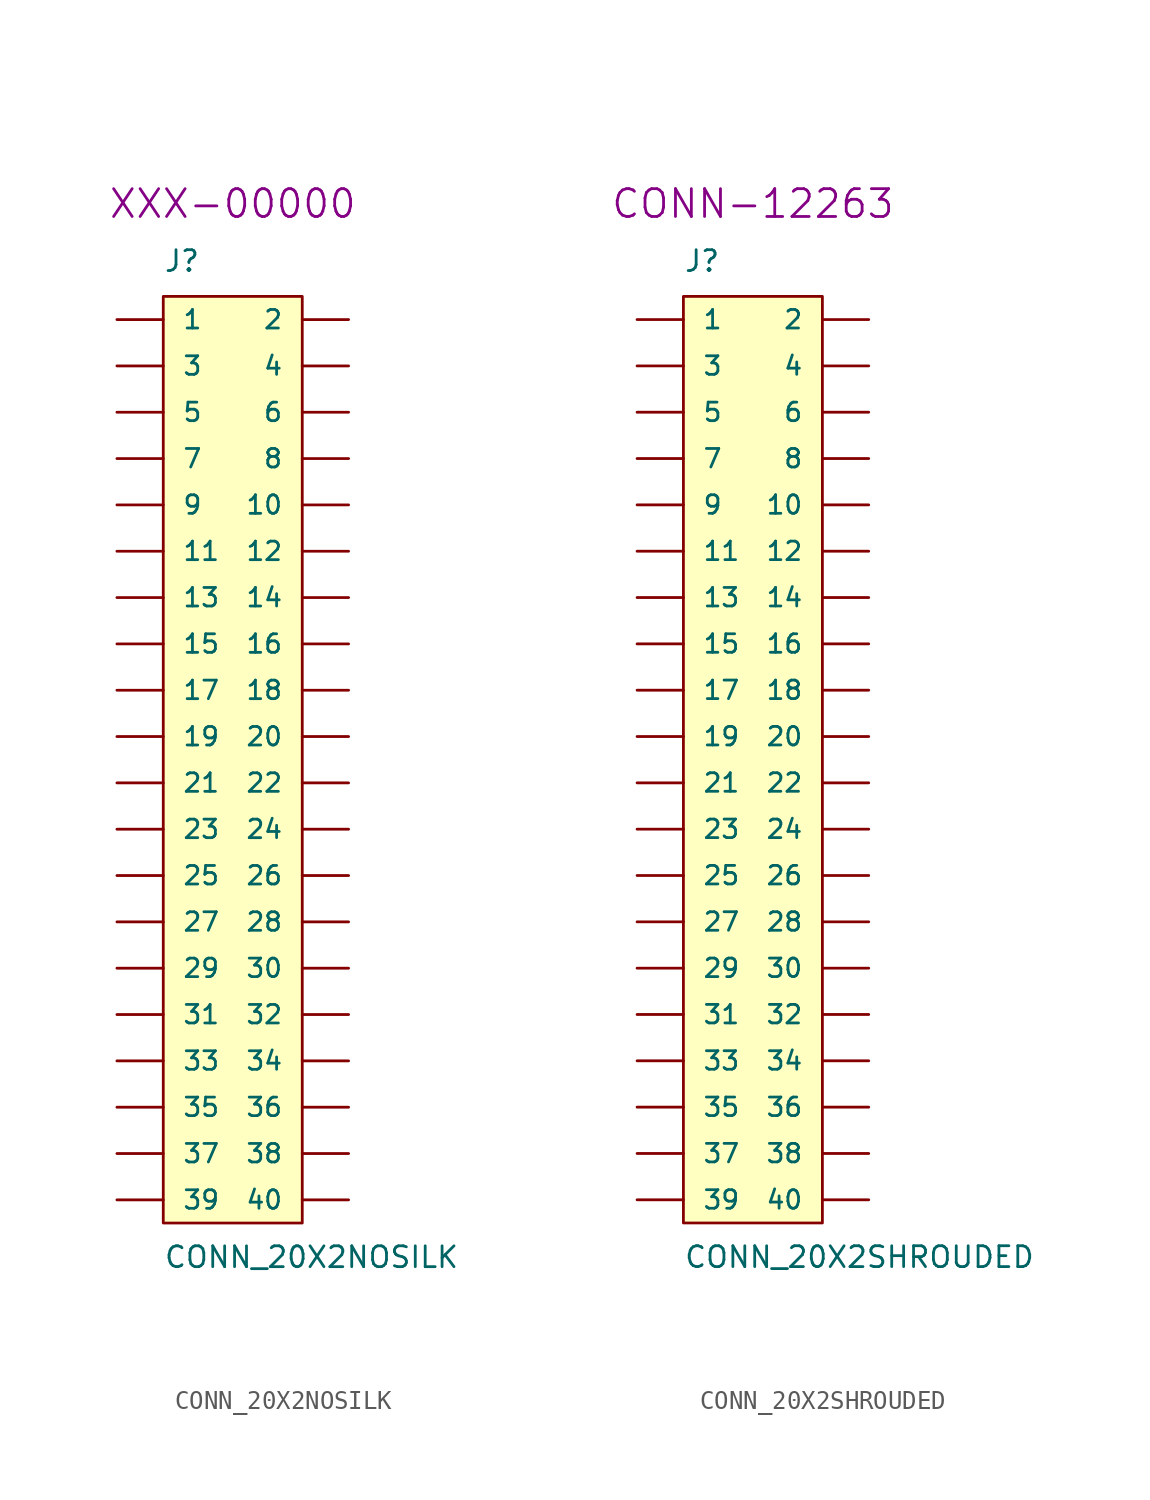
<source format=kicad_sym>
(kicad_symbol_lib
  (version 20220914)
  (generator kicad_symbol_editor)
  (symbol "CONN_20X2NOSILK"
    (pin_numbers hide)
    (pin_names
      (offset 1.016))
    (property "Reference" "J"
      (at -3.81 26.67 0)
      (effects (font (size 1.143 1.143)) (justify left bottom)))
    (property "Value" "CONN_20X2NOSILK"
      (at -3.81 -27.94 0)
      (effects (font (size 1.143 1.143)) (justify left bottom)))
    (property "Field4" "XXX-00000"
      (at 0 30.48 0)
      (effects (font (size 1.524 1.524))))
    (property "ki_locked" ""
      (at 0 0 0)
      (effects (font (size 1.27 1.27))))
    (symbol "CONN_20X2NOSILK_0_1"
      (rectangle (start 3.81 -25.4) (end -3.81 25.4) (stroke (width 0) (type solid)) (fill (type background))))
    (symbol "CONN_20X2NOSILK_1_1"
      (pin passive line (at -6.35 24.13 0) (length 2.54) (name "1" (effects (font (size 1.016 1.016)))) (number "1" (effects (font (size 1.016 1.016)))))
      (pin passive line (at 6.35 13.97 180) (length 2.54) (name "10" (effects (font (size 1.016 1.016)))) (number "10" (effects (font (size 1.016 1.016)))))
      (pin passive line (at -6.35 11.43 0) (length 2.54) (name "11" (effects (font (size 1.016 1.016)))) (number "11" (effects (font (size 1.016 1.016)))))
      (pin passive line (at 6.35 11.43 180) (length 2.54) (name "12" (effects (font (size 1.016 1.016)))) (number "12" (effects (font (size 1.016 1.016)))))
      (pin passive line (at -6.35 8.89 0) (length 2.54) (name "13" (effects (font (size 1.016 1.016)))) (number "13" (effects (font (size 1.016 1.016)))))
      (pin passive line (at 6.35 8.89 180) (length 2.54) (name "14" (effects (font (size 1.016 1.016)))) (number "14" (effects (font (size 1.016 1.016)))))
      (pin passive line (at -6.35 6.35 0) (length 2.54) (name "15" (effects (font (size 1.016 1.016)))) (number "15" (effects (font (size 1.016 1.016)))))
      (pin passive line (at 6.35 6.35 180) (length 2.54) (name "16" (effects (font (size 1.016 1.016)))) (number "16" (effects (font (size 1.016 1.016)))))
      (pin passive line (at -6.35 3.81 0) (length 2.54) (name "17" (effects (font (size 1.016 1.016)))) (number "17" (effects (font (size 1.016 1.016)))))
      (pin passive line (at 6.35 3.81 180) (length 2.54) (name "18" (effects (font (size 1.016 1.016)))) (number "18" (effects (font (size 1.016 1.016)))))
      (pin passive line (at -6.35 1.27 0) (length 2.54) (name "19" (effects (font (size 1.016 1.016)))) (number "19" (effects (font (size 1.016 1.016)))))
      (pin passive line (at 6.35 24.13 180) (length 2.54) (name "2" (effects (font (size 1.016 1.016)))) (number "2" (effects (font (size 1.016 1.016)))))
      (pin passive line (at 6.35 1.27 180) (length 2.54) (name "20" (effects (font (size 1.016 1.016)))) (number "20" (effects (font (size 1.016 1.016)))))
      (pin passive line (at -6.35 -1.27 0) (length 2.54) (name "21" (effects (font (size 1.016 1.016)))) (number "21" (effects (font (size 1.016 1.016)))))
      (pin passive line (at 6.35 -1.27 180) (length 2.54) (name "22" (effects (font (size 1.016 1.016)))) (number "22" (effects (font (size 1.016 1.016)))))
      (pin passive line (at -6.35 -3.81 0) (length 2.54) (name "23" (effects (font (size 1.016 1.016)))) (number "23" (effects (font (size 1.016 1.016)))))
      (pin passive line (at 6.35 -3.81 180) (length 2.54) (name "24" (effects (font (size 1.016 1.016)))) (number "24" (effects (font (size 1.016 1.016)))))
      (pin passive line (at -6.35 -6.35 0) (length 2.54) (name "25" (effects (font (size 1.016 1.016)))) (number "25" (effects (font (size 1.016 1.016)))))
      (pin passive line (at 6.35 -6.35 180) (length 2.54) (name "26" (effects (font (size 1.016 1.016)))) (number "26" (effects (font (size 1.016 1.016)))))
      (pin passive line (at -6.35 -8.89 0) (length 2.54) (name "27" (effects (font (size 1.016 1.016)))) (number "27" (effects (font (size 1.016 1.016)))))
      (pin passive line (at 6.35 -8.89 180) (length 2.54) (name "28" (effects (font (size 1.016 1.016)))) (number "28" (effects (font (size 1.016 1.016)))))
      (pin passive line (at -6.35 -11.43 0) (length 2.54) (name "29" (effects (font (size 1.016 1.016)))) (number "29" (effects (font (size 1.016 1.016)))))
      (pin passive line (at -6.35 21.59 0) (length 2.54) (name "3" (effects (font (size 1.016 1.016)))) (number "3" (effects (font (size 1.016 1.016)))))
      (pin passive line (at 6.35 -11.43 180) (length 2.54) (name "30" (effects (font (size 1.016 1.016)))) (number "30" (effects (font (size 1.016 1.016)))))
      (pin passive line (at -6.35 -13.97 0) (length 2.54) (name "31" (effects (font (size 1.016 1.016)))) (number "31" (effects (font (size 1.016 1.016)))))
      (pin passive line (at 6.35 -13.97 180) (length 2.54) (name "32" (effects (font (size 1.016 1.016)))) (number "32" (effects (font (size 1.016 1.016)))))
      (pin passive line (at -6.35 -16.51 0) (length 2.54) (name "33" (effects (font (size 1.016 1.016)))) (number "33" (effects (font (size 1.016 1.016)))))
      (pin passive line (at 6.35 -16.51 180) (length 2.54) (name "34" (effects (font (size 1.016 1.016)))) (number "34" (effects (font (size 1.016 1.016)))))
      (pin passive line (at -6.35 -19.05 0) (length 2.54) (name "35" (effects (font (size 1.016 1.016)))) (number "35" (effects (font (size 1.016 1.016)))))
      (pin passive line (at 6.35 -19.05 180) (length 2.54) (name "36" (effects (font (size 1.016 1.016)))) (number "36" (effects (font (size 1.016 1.016)))))
      (pin passive line (at -6.35 -21.59 0) (length 2.54) (name "37" (effects (font (size 1.016 1.016)))) (number "37" (effects (font (size 1.016 1.016)))))
      (pin passive line (at 6.35 -21.59 180) (length 2.54) (name "38" (effects (font (size 1.016 1.016)))) (number "38" (effects (font (size 1.016 1.016)))))
      (pin passive line (at -6.35 -24.13 0) (length 2.54) (name "39" (effects (font (size 1.016 1.016)))) (number "39" (effects (font (size 1.016 1.016)))))
      (pin passive line (at 6.35 21.59 180) (length 2.54) (name "4" (effects (font (size 1.016 1.016)))) (number "4" (effects (font (size 1.016 1.016)))))
      (pin passive line (at 6.35 -24.13 180) (length 2.54) (name "40" (effects (font (size 1.016 1.016)))) (number "40" (effects (font (size 1.016 1.016)))))
      (pin passive line (at -6.35 19.05 0) (length 2.54) (name "5" (effects (font (size 1.016 1.016)))) (number "5" (effects (font (size 1.016 1.016)))))
      (pin passive line (at 6.35 19.05 180) (length 2.54) (name "6" (effects (font (size 1.016 1.016)))) (number "6" (effects (font (size 1.016 1.016)))))
      (pin passive line (at -6.35 16.51 0) (length 2.54) (name "7" (effects (font (size 1.016 1.016)))) (number "7" (effects (font (size 1.016 1.016)))))
      (pin passive line (at 6.35 16.51 180) (length 2.54) (name "8" (effects (font (size 1.016 1.016)))) (number "8" (effects (font (size 1.016 1.016)))))
      (pin passive line (at -6.35 13.97 0) (length 2.54) (name "9" (effects (font (size 1.016 1.016)))) (number "9" (effects (font (size 1.016 1.016)))))))
  (symbol "CONN_20X2SHROUDED"
    (pin_numbers hide)
    (pin_names
      (offset 1.016))
    (property "Reference" "J"
      (at -3.81 26.67 0)
      (effects (font (size 1.143 1.143)) (justify left bottom)))
    (property "Value" "CONN_20X2SHROUDED"
      (at -3.81 -27.94 0)
      (effects (font (size 1.143 1.143)) (justify left bottom)))
    (property "Field4" "CONN-12263"
      (at 0 30.48 0)
      (effects (font (size 1.524 1.524))))
    (property "ki_locked" ""
      (at 0 0 0)
      (effects (font (size 1.27 1.27))))
    (symbol "CONN_20X2SHROUDED_0_1"
      (rectangle (start 3.81 -25.4) (end -3.81 25.4) (stroke (width 0) (type solid)) (fill (type background))))
    (symbol "CONN_20X2SHROUDED_1_1"
      (pin passive line (at -6.35 24.13 0) (length 2.54) (name "1" (effects (font (size 1.016 1.016)))) (number "1" (effects (font (size 1.016 1.016)))))
      (pin passive line (at 6.35 13.97 180) (length 2.54) (name "10" (effects (font (size 1.016 1.016)))) (number "10" (effects (font (size 1.016 1.016)))))
      (pin passive line (at -6.35 11.43 0) (length 2.54) (name "11" (effects (font (size 1.016 1.016)))) (number "11" (effects (font (size 1.016 1.016)))))
      (pin passive line (at 6.35 11.43 180) (length 2.54) (name "12" (effects (font (size 1.016 1.016)))) (number "12" (effects (font (size 1.016 1.016)))))
      (pin passive line (at -6.35 8.89 0) (length 2.54) (name "13" (effects (font (size 1.016 1.016)))) (number "13" (effects (font (size 1.016 1.016)))))
      (pin passive line (at 6.35 8.89 180) (length 2.54) (name "14" (effects (font (size 1.016 1.016)))) (number "14" (effects (font (size 1.016 1.016)))))
      (pin passive line (at -6.35 6.35 0) (length 2.54) (name "15" (effects (font (size 1.016 1.016)))) (number "15" (effects (font (size 1.016 1.016)))))
      (pin passive line (at 6.35 6.35 180) (length 2.54) (name "16" (effects (font (size 1.016 1.016)))) (number "16" (effects (font (size 1.016 1.016)))))
      (pin passive line (at -6.35 3.81 0) (length 2.54) (name "17" (effects (font (size 1.016 1.016)))) (number "17" (effects (font (size 1.016 1.016)))))
      (pin passive line (at 6.35 3.81 180) (length 2.54) (name "18" (effects (font (size 1.016 1.016)))) (number "18" (effects (font (size 1.016 1.016)))))
      (pin passive line (at -6.35 1.27 0) (length 2.54) (name "19" (effects (font (size 1.016 1.016)))) (number "19" (effects (font (size 1.016 1.016)))))
      (pin passive line (at 6.35 24.13 180) (length 2.54) (name "2" (effects (font (size 1.016 1.016)))) (number "2" (effects (font (size 1.016 1.016)))))
      (pin passive line (at 6.35 1.27 180) (length 2.54) (name "20" (effects (font (size 1.016 1.016)))) (number "20" (effects (font (size 1.016 1.016)))))
      (pin passive line (at -6.35 -1.27 0) (length 2.54) (name "21" (effects (font (size 1.016 1.016)))) (number "21" (effects (font (size 1.016 1.016)))))
      (pin passive line (at 6.35 -1.27 180) (length 2.54) (name "22" (effects (font (size 1.016 1.016)))) (number "22" (effects (font (size 1.016 1.016)))))
      (pin passive line (at -6.35 -3.81 0) (length 2.54) (name "23" (effects (font (size 1.016 1.016)))) (number "23" (effects (font (size 1.016 1.016)))))
      (pin passive line (at 6.35 -3.81 180) (length 2.54) (name "24" (effects (font (size 1.016 1.016)))) (number "24" (effects (font (size 1.016 1.016)))))
      (pin passive line (at -6.35 -6.35 0) (length 2.54) (name "25" (effects (font (size 1.016 1.016)))) (number "25" (effects (font (size 1.016 1.016)))))
      (pin passive line (at 6.35 -6.35 180) (length 2.54) (name "26" (effects (font (size 1.016 1.016)))) (number "26" (effects (font (size 1.016 1.016)))))
      (pin passive line (at -6.35 -8.89 0) (length 2.54) (name "27" (effects (font (size 1.016 1.016)))) (number "27" (effects (font (size 1.016 1.016)))))
      (pin passive line (at 6.35 -8.89 180) (length 2.54) (name "28" (effects (font (size 1.016 1.016)))) (number "28" (effects (font (size 1.016 1.016)))))
      (pin passive line (at -6.35 -11.43 0) (length 2.54) (name "29" (effects (font (size 1.016 1.016)))) (number "29" (effects (font (size 1.016 1.016)))))
      (pin passive line (at -6.35 21.59 0) (length 2.54) (name "3" (effects (font (size 1.016 1.016)))) (number "3" (effects (font (size 1.016 1.016)))))
      (pin passive line (at 6.35 -11.43 180) (length 2.54) (name "30" (effects (font (size 1.016 1.016)))) (number "30" (effects (font (size 1.016 1.016)))))
      (pin passive line (at -6.35 -13.97 0) (length 2.54) (name "31" (effects (font (size 1.016 1.016)))) (number "31" (effects (font (size 1.016 1.016)))))
      (pin passive line (at 6.35 -13.97 180) (length 2.54) (name "32" (effects (font (size 1.016 1.016)))) (number "32" (effects (font (size 1.016 1.016)))))
      (pin passive line (at -6.35 -16.51 0) (length 2.54) (name "33" (effects (font (size 1.016 1.016)))) (number "33" (effects (font (size 1.016 1.016)))))
      (pin passive line (at 6.35 -16.51 180) (length 2.54) (name "34" (effects (font (size 1.016 1.016)))) (number "34" (effects (font (size 1.016 1.016)))))
      (pin passive line (at -6.35 -19.05 0) (length 2.54) (name "35" (effects (font (size 1.016 1.016)))) (number "35" (effects (font (size 1.016 1.016)))))
      (pin passive line (at 6.35 -19.05 180) (length 2.54) (name "36" (effects (font (size 1.016 1.016)))) (number "36" (effects (font (size 1.016 1.016)))))
      (pin passive line (at -6.35 -21.59 0) (length 2.54) (name "37" (effects (font (size 1.016 1.016)))) (number "37" (effects (font (size 1.016 1.016)))))
      (pin passive line (at 6.35 -21.59 180) (length 2.54) (name "38" (effects (font (size 1.016 1.016)))) (number "38" (effects (font (size 1.016 1.016)))))
      (pin passive line (at -6.35 -24.13 0) (length 2.54) (name "39" (effects (font (size 1.016 1.016)))) (number "39" (effects (font (size 1.016 1.016)))))
      (pin passive line (at 6.35 21.59 180) (length 2.54) (name "4" (effects (font (size 1.016 1.016)))) (number "4" (effects (font (size 1.016 1.016)))))
      (pin passive line (at 6.35 -24.13 180) (length 2.54) (name "40" (effects (font (size 1.016 1.016)))) (number "40" (effects (font (size 1.016 1.016)))))
      (pin passive line (at -6.35 19.05 0) (length 2.54) (name "5" (effects (font (size 1.016 1.016)))) (number "5" (effects (font (size 1.016 1.016)))))
      (pin passive line (at 6.35 19.05 180) (length 2.54) (name "6" (effects (font (size 1.016 1.016)))) (number "6" (effects (font (size 1.016 1.016)))))
      (pin passive line (at -6.35 16.51 0) (length 2.54) (name "7" (effects (font (size 1.016 1.016)))) (number "7" (effects (font (size 1.016 1.016)))))
      (pin passive line (at 6.35 16.51 180) (length 2.54) (name "8" (effects (font (size 1.016 1.016)))) (number "8" (effects (font (size 1.016 1.016)))))
      (pin passive line (at -6.35 13.97 0) (length 2.54) (name "9" (effects (font (size 1.016 1.016)))) (number "9" (effects (font (size 1.016 1.016))))))))
</source>
